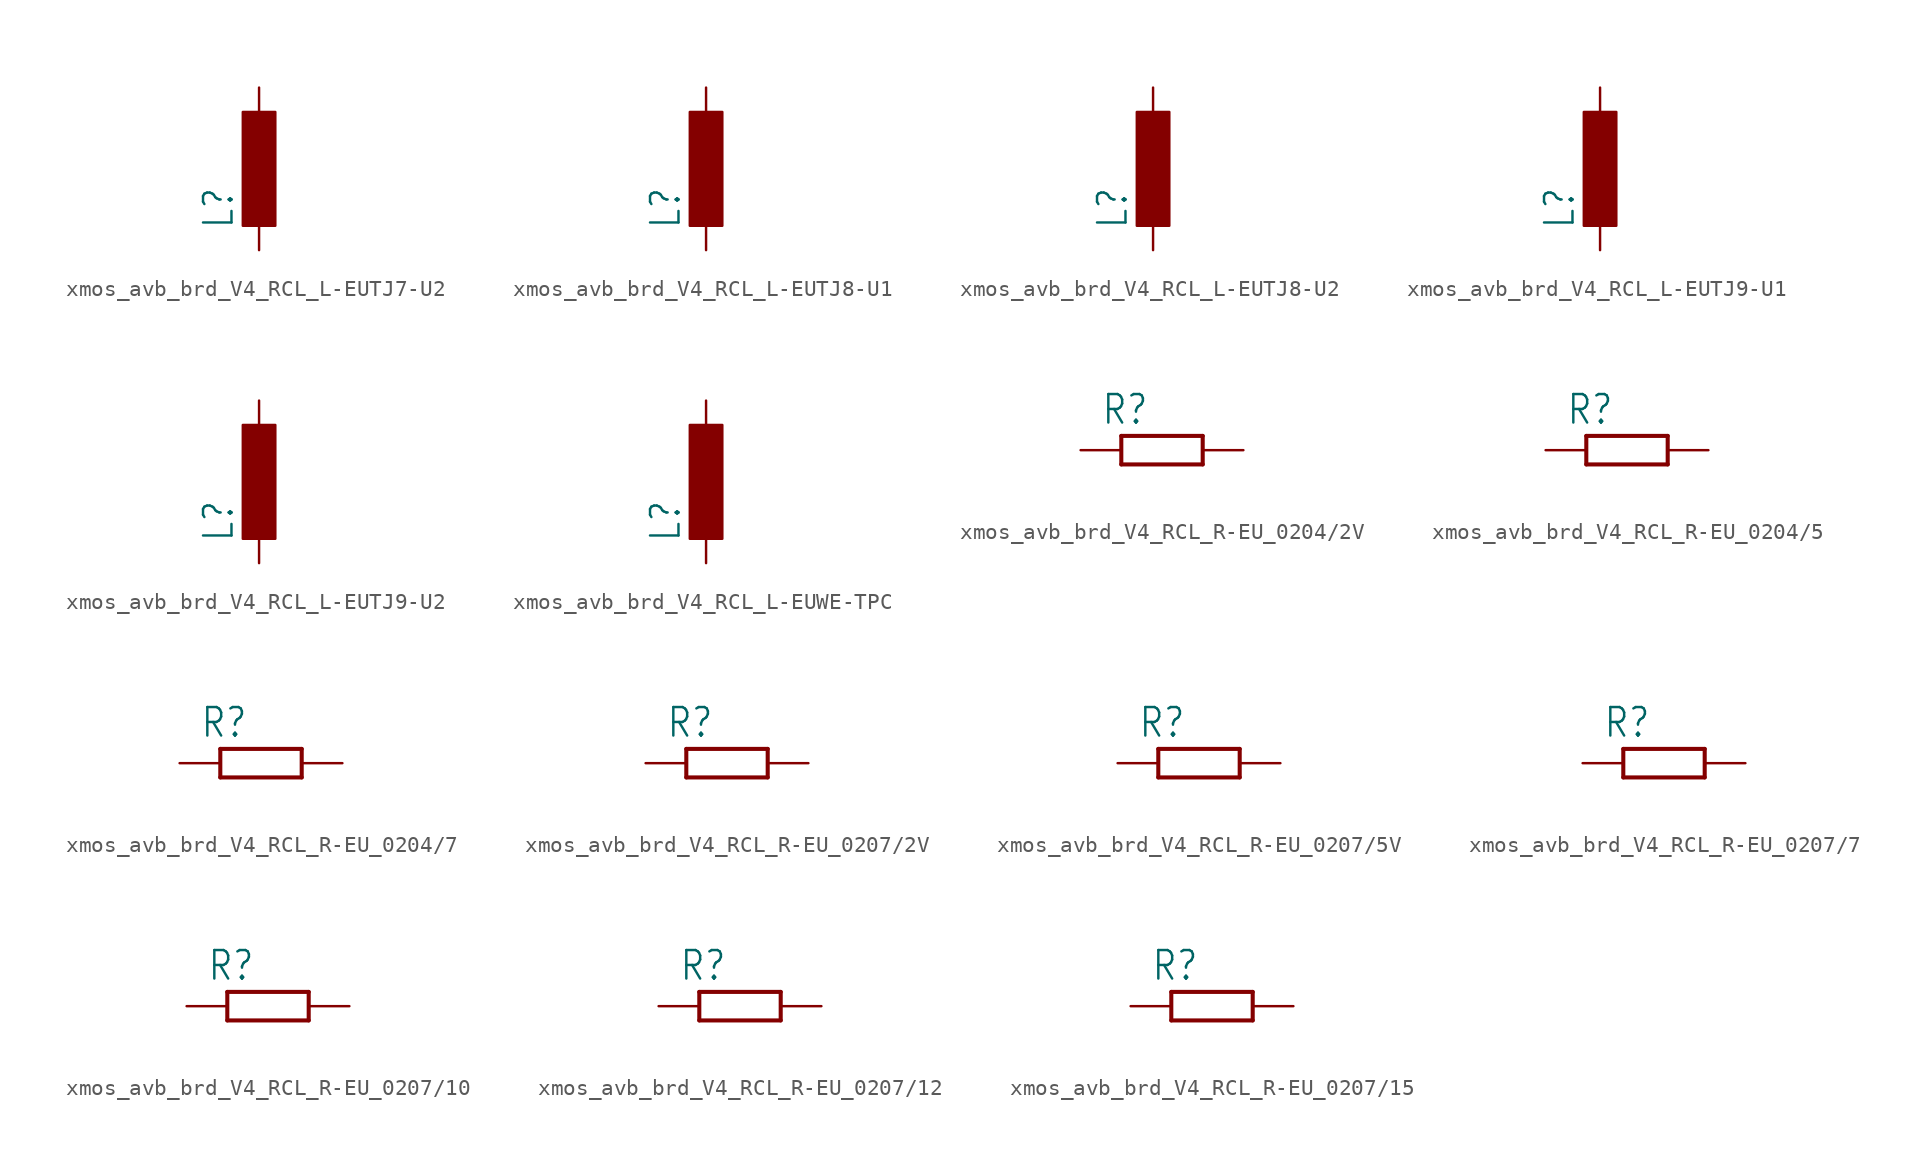
<source format=kicad_sym>
(kicad_symbol_lib
  (version 20241209)
  (generator "kicad_symbol_editor")
  (generator_version "9.0")
  (symbol "xmos_avb_brd_V4_RCL_L-EUTJ7-U2"
    (property "Reference" "L"
      (at -1.499 -3.81 90)
      (effects (font (size 1.778 1.511)) (justify left bottom)))
    (property "Value" ""
      (at 3.302 -3.81 90)
      (effects (font (size 1.778 1.511)) (justify left bottom)))
    (property "ki_locked" ""
      (at 0 0 0)
      (effects (font (size 1.27 1.27))))
    (symbol "xmos_avb_brd_V4_RCL_L-EUTJ7-U2_1_0"
      (rectangle (start -1.016 -3.556) (end 1.016 3.556) (stroke (width 0) (type default)) (fill (type outline)))
      (pin passive line (at 0 5.08 270) (length 2.54) (name "1" (effects (font (size 0 0)))) (number "1" (effects (font (size 0 0)))))
      (pin passive line (at 0 -5.08 90) (length 2.54) (name "2" (effects (font (size 0 0)))) (number "2" (effects (font (size 0 0)))))))
  (symbol "xmos_avb_brd_V4_RCL_L-EUTJ8-U1"
    (property "Reference" "L"
      (at -1.499 -3.81 90)
      (effects (font (size 1.778 1.511)) (justify left bottom)))
    (property "Value" ""
      (at 3.302 -3.81 90)
      (effects (font (size 1.778 1.511)) (justify left bottom)))
    (property "ki_locked" ""
      (at 0 0 0)
      (effects (font (size 1.27 1.27))))
    (symbol "xmos_avb_brd_V4_RCL_L-EUTJ8-U1_1_0"
      (rectangle (start -1.016 -3.556) (end 1.016 3.556) (stroke (width 0) (type default)) (fill (type outline)))
      (pin passive line (at 0 5.08 270) (length 2.54) (name "1" (effects (font (size 0 0)))) (number "1" (effects (font (size 0 0)))))
      (pin passive line (at 0 -5.08 90) (length 2.54) (name "2" (effects (font (size 0 0)))) (number "2" (effects (font (size 0 0)))))))
  (symbol "xmos_avb_brd_V4_RCL_L-EUTJ8-U2"
    (property "Reference" "L"
      (at -1.499 -3.81 90)
      (effects (font (size 1.778 1.511)) (justify left bottom)))
    (property "Value" ""
      (at 3.302 -3.81 90)
      (effects (font (size 1.778 1.511)) (justify left bottom)))
    (property "ki_locked" ""
      (at 0 0 0)
      (effects (font (size 1.27 1.27))))
    (symbol "xmos_avb_brd_V4_RCL_L-EUTJ8-U2_1_0"
      (rectangle (start -1.016 -3.556) (end 1.016 3.556) (stroke (width 0) (type default)) (fill (type outline)))
      (pin passive line (at 0 5.08 270) (length 2.54) (name "1" (effects (font (size 0 0)))) (number "1" (effects (font (size 0 0)))))
      (pin passive line (at 0 -5.08 90) (length 2.54) (name "2" (effects (font (size 0 0)))) (number "2" (effects (font (size 0 0)))))))
  (symbol "xmos_avb_brd_V4_RCL_L-EUTJ9-U1"
    (property "Reference" "L"
      (at -1.499 -3.81 90)
      (effects (font (size 1.778 1.511)) (justify left bottom)))
    (property "Value" ""
      (at 3.302 -3.81 90)
      (effects (font (size 1.778 1.511)) (justify left bottom)))
    (property "ki_locked" ""
      (at 0 0 0)
      (effects (font (size 1.27 1.27))))
    (symbol "xmos_avb_brd_V4_RCL_L-EUTJ9-U1_1_0"
      (rectangle (start -1.016 -3.556) (end 1.016 3.556) (stroke (width 0) (type default)) (fill (type outline)))
      (pin passive line (at 0 5.08 270) (length 2.54) (name "1" (effects (font (size 0 0)))) (number "1" (effects (font (size 0 0)))))
      (pin passive line (at 0 -5.08 90) (length 2.54) (name "2" (effects (font (size 0 0)))) (number "2" (effects (font (size 0 0)))))))
  (symbol "xmos_avb_brd_V4_RCL_L-EUTJ9-U2"
    (property "Reference" "L"
      (at -1.499 -3.81 90)
      (effects (font (size 1.778 1.511)) (justify left bottom)))
    (property "Value" ""
      (at 3.302 -3.81 90)
      (effects (font (size 1.778 1.511)) (justify left bottom)))
    (property "ki_locked" ""
      (at 0 0 0)
      (effects (font (size 1.27 1.27))))
    (symbol "xmos_avb_brd_V4_RCL_L-EUTJ9-U2_1_0"
      (rectangle (start -1.016 -3.556) (end 1.016 3.556) (stroke (width 0) (type default)) (fill (type outline)))
      (pin passive line (at 0 5.08 270) (length 2.54) (name "1" (effects (font (size 0 0)))) (number "1" (effects (font (size 0 0)))))
      (pin passive line (at 0 -5.08 90) (length 2.54) (name "2" (effects (font (size 0 0)))) (number "2" (effects (font (size 0 0)))))))
  (symbol "xmos_avb_brd_V4_RCL_L-EUWE-TPC"
    (property "Reference" "L"
      (at -1.499 -3.81 90)
      (effects (font (size 1.778 1.511)) (justify left bottom)))
    (property "Value" ""
      (at 3.302 -3.81 90)
      (effects (font (size 1.778 1.511)) (justify left bottom)))
    (property "ki_locked" ""
      (at 0 0 0)
      (effects (font (size 1.27 1.27))))
    (symbol "xmos_avb_brd_V4_RCL_L-EUWE-TPC_1_0"
      (rectangle (start -1.016 -3.556) (end 1.016 3.556) (stroke (width 0) (type default)) (fill (type outline)))
      (pin passive line (at 0 5.08 270) (length 2.54) (name "1" (effects (font (size 0 0)))) (number "1" (effects (font (size 0 0)))))
      (pin passive line (at 0 -5.08 90) (length 2.54) (name "2" (effects (font (size 0 0)))) (number "2" (effects (font (size 0 0)))))))
  (symbol "xmos_avb_brd_V4_RCL_R-EU_0204/2V"
    (property "Reference" "R"
      (at -3.81 1.499 0)
      (effects (font (size 1.778 1.511)) (justify left bottom)))
    (property "Value" ""
      (at -3.81 -3.302 0)
      (effects (font (size 1.778 1.511)) (justify left bottom)))
    (property "ki_locked" ""
      (at 0 0 0)
      (effects (font (size 1.27 1.27))))
    (symbol "xmos_avb_brd_V4_RCL_R-EU_0204/2V_1_0"
      (polyline (pts (xy -2.54 -0.889) (xy -2.54 0.889)) (stroke (width 0.254) (type solid)) (fill (type none)))
      (polyline (pts (xy -2.54 -0.889) (xy 2.54 -0.889)) (stroke (width 0.254) (type solid)) (fill (type none)))
      (polyline (pts (xy 2.54 0.889) (xy -2.54 0.889)) (stroke (width 0.254) (type solid)) (fill (type none)))
      (polyline (pts (xy 2.54 -0.889) (xy 2.54 0.889)) (stroke (width 0.254) (type solid)) (fill (type none)))
      (pin passive line (at -5.08 0 0) (length 2.54) (name "1" (effects (font (size 0 0)))) (number "1" (effects (font (size 0 0)))))
      (pin passive line (at 5.08 0 180) (length 2.54) (name "2" (effects (font (size 0 0)))) (number "2" (effects (font (size 0 0)))))))
  (symbol "xmos_avb_brd_V4_RCL_R-EU_0204/5"
    (property "Reference" "R"
      (at -3.81 1.499 0)
      (effects (font (size 1.778 1.511)) (justify left bottom)))
    (property "Value" ""
      (at -3.81 -3.302 0)
      (effects (font (size 1.778 1.511)) (justify left bottom)))
    (property "ki_locked" ""
      (at 0 0 0)
      (effects (font (size 1.27 1.27))))
    (symbol "xmos_avb_brd_V4_RCL_R-EU_0204/5_1_0"
      (polyline (pts (xy -2.54 -0.889) (xy -2.54 0.889)) (stroke (width 0.254) (type solid)) (fill (type none)))
      (polyline (pts (xy -2.54 -0.889) (xy 2.54 -0.889)) (stroke (width 0.254) (type solid)) (fill (type none)))
      (polyline (pts (xy 2.54 0.889) (xy -2.54 0.889)) (stroke (width 0.254) (type solid)) (fill (type none)))
      (polyline (pts (xy 2.54 -0.889) (xy 2.54 0.889)) (stroke (width 0.254) (type solid)) (fill (type none)))
      (pin passive line (at -5.08 0 0) (length 2.54) (name "1" (effects (font (size 0 0)))) (number "1" (effects (font (size 0 0)))))
      (pin passive line (at 5.08 0 180) (length 2.54) (name "2" (effects (font (size 0 0)))) (number "2" (effects (font (size 0 0)))))))
  (symbol "xmos_avb_brd_V4_RCL_R-EU_0204/7"
    (property "Reference" "R"
      (at -3.81 1.499 0)
      (effects (font (size 1.778 1.511)) (justify left bottom)))
    (property "Value" ""
      (at -3.81 -3.302 0)
      (effects (font (size 1.778 1.511)) (justify left bottom)))
    (property "ki_locked" ""
      (at 0 0 0)
      (effects (font (size 1.27 1.27))))
    (symbol "xmos_avb_brd_V4_RCL_R-EU_0204/7_1_0"
      (polyline (pts (xy -2.54 -0.889) (xy -2.54 0.889)) (stroke (width 0.254) (type solid)) (fill (type none)))
      (polyline (pts (xy -2.54 -0.889) (xy 2.54 -0.889)) (stroke (width 0.254) (type solid)) (fill (type none)))
      (polyline (pts (xy 2.54 0.889) (xy -2.54 0.889)) (stroke (width 0.254) (type solid)) (fill (type none)))
      (polyline (pts (xy 2.54 -0.889) (xy 2.54 0.889)) (stroke (width 0.254) (type solid)) (fill (type none)))
      (pin passive line (at -5.08 0 0) (length 2.54) (name "1" (effects (font (size 0 0)))) (number "1" (effects (font (size 0 0)))))
      (pin passive line (at 5.08 0 180) (length 2.54) (name "2" (effects (font (size 0 0)))) (number "2" (effects (font (size 0 0)))))))
  (symbol "xmos_avb_brd_V4_RCL_R-EU_0207/2V"
    (property "Reference" "R"
      (at -3.81 1.499 0)
      (effects (font (size 1.778 1.511)) (justify left bottom)))
    (property "Value" ""
      (at -3.81 -3.302 0)
      (effects (font (size 1.778 1.511)) (justify left bottom)))
    (property "ki_locked" ""
      (at 0 0 0)
      (effects (font (size 1.27 1.27))))
    (symbol "xmos_avb_brd_V4_RCL_R-EU_0207/2V_1_0"
      (polyline (pts (xy -2.54 -0.889) (xy -2.54 0.889)) (stroke (width 0.254) (type solid)) (fill (type none)))
      (polyline (pts (xy -2.54 -0.889) (xy 2.54 -0.889)) (stroke (width 0.254) (type solid)) (fill (type none)))
      (polyline (pts (xy 2.54 0.889) (xy -2.54 0.889)) (stroke (width 0.254) (type solid)) (fill (type none)))
      (polyline (pts (xy 2.54 -0.889) (xy 2.54 0.889)) (stroke (width 0.254) (type solid)) (fill (type none)))
      (pin passive line (at -5.08 0 0) (length 2.54) (name "1" (effects (font (size 0 0)))) (number "1" (effects (font (size 0 0)))))
      (pin passive line (at 5.08 0 180) (length 2.54) (name "2" (effects (font (size 0 0)))) (number "2" (effects (font (size 0 0)))))))
  (symbol "xmos_avb_brd_V4_RCL_R-EU_0207/5V"
    (property "Reference" "R"
      (at -3.81 1.499 0)
      (effects (font (size 1.778 1.511)) (justify left bottom)))
    (property "Value" ""
      (at -3.81 -3.302 0)
      (effects (font (size 1.778 1.511)) (justify left bottom)))
    (property "ki_locked" ""
      (at 0 0 0)
      (effects (font (size 1.27 1.27))))
    (symbol "xmos_avb_brd_V4_RCL_R-EU_0207/5V_1_0"
      (polyline (pts (xy -2.54 -0.889) (xy -2.54 0.889)) (stroke (width 0.254) (type solid)) (fill (type none)))
      (polyline (pts (xy -2.54 -0.889) (xy 2.54 -0.889)) (stroke (width 0.254) (type solid)) (fill (type none)))
      (polyline (pts (xy 2.54 0.889) (xy -2.54 0.889)) (stroke (width 0.254) (type solid)) (fill (type none)))
      (polyline (pts (xy 2.54 -0.889) (xy 2.54 0.889)) (stroke (width 0.254) (type solid)) (fill (type none)))
      (pin passive line (at -5.08 0 0) (length 2.54) (name "1" (effects (font (size 0 0)))) (number "1" (effects (font (size 0 0)))))
      (pin passive line (at 5.08 0 180) (length 2.54) (name "2" (effects (font (size 0 0)))) (number "2" (effects (font (size 0 0)))))))
  (symbol "xmos_avb_brd_V4_RCL_R-EU_0207/7"
    (property "Reference" "R"
      (at -3.81 1.499 0)
      (effects (font (size 1.778 1.511)) (justify left bottom)))
    (property "Value" ""
      (at -3.81 -3.302 0)
      (effects (font (size 1.778 1.511)) (justify left bottom)))
    (property "ki_locked" ""
      (at 0 0 0)
      (effects (font (size 1.27 1.27))))
    (symbol "xmos_avb_brd_V4_RCL_R-EU_0207/7_1_0"
      (polyline (pts (xy -2.54 -0.889) (xy -2.54 0.889)) (stroke (width 0.254) (type solid)) (fill (type none)))
      (polyline (pts (xy -2.54 -0.889) (xy 2.54 -0.889)) (stroke (width 0.254) (type solid)) (fill (type none)))
      (polyline (pts (xy 2.54 0.889) (xy -2.54 0.889)) (stroke (width 0.254) (type solid)) (fill (type none)))
      (polyline (pts (xy 2.54 -0.889) (xy 2.54 0.889)) (stroke (width 0.254) (type solid)) (fill (type none)))
      (pin passive line (at -5.08 0 0) (length 2.54) (name "1" (effects (font (size 0 0)))) (number "1" (effects (font (size 0 0)))))
      (pin passive line (at 5.08 0 180) (length 2.54) (name "2" (effects (font (size 0 0)))) (number "2" (effects (font (size 0 0)))))))
  (symbol "xmos_avb_brd_V4_RCL_R-EU_0207/10"
    (property "Reference" "R"
      (at -3.81 1.499 0)
      (effects (font (size 1.778 1.511)) (justify left bottom)))
    (property "Value" ""
      (at -3.81 -3.302 0)
      (effects (font (size 1.778 1.511)) (justify left bottom)))
    (property "ki_locked" ""
      (at 0 0 0)
      (effects (font (size 1.27 1.27))))
    (symbol "xmos_avb_brd_V4_RCL_R-EU_0207/10_1_0"
      (polyline (pts (xy -2.54 -0.889) (xy -2.54 0.889)) (stroke (width 0.254) (type solid)) (fill (type none)))
      (polyline (pts (xy -2.54 -0.889) (xy 2.54 -0.889)) (stroke (width 0.254) (type solid)) (fill (type none)))
      (polyline (pts (xy 2.54 0.889) (xy -2.54 0.889)) (stroke (width 0.254) (type solid)) (fill (type none)))
      (polyline (pts (xy 2.54 -0.889) (xy 2.54 0.889)) (stroke (width 0.254) (type solid)) (fill (type none)))
      (pin passive line (at -5.08 0 0) (length 2.54) (name "1" (effects (font (size 0 0)))) (number "1" (effects (font (size 0 0)))))
      (pin passive line (at 5.08 0 180) (length 2.54) (name "2" (effects (font (size 0 0)))) (number "2" (effects (font (size 0 0)))))))
  (symbol "xmos_avb_brd_V4_RCL_R-EU_0207/12"
    (property "Reference" "R"
      (at -3.81 1.499 0)
      (effects (font (size 1.778 1.511)) (justify left bottom)))
    (property "Value" ""
      (at -3.81 -3.302 0)
      (effects (font (size 1.778 1.511)) (justify left bottom)))
    (property "ki_locked" ""
      (at 0 0 0)
      (effects (font (size 1.27 1.27))))
    (symbol "xmos_avb_brd_V4_RCL_R-EU_0207/12_1_0"
      (polyline (pts (xy -2.54 -0.889) (xy -2.54 0.889)) (stroke (width 0.254) (type solid)) (fill (type none)))
      (polyline (pts (xy -2.54 -0.889) (xy 2.54 -0.889)) (stroke (width 0.254) (type solid)) (fill (type none)))
      (polyline (pts (xy 2.54 0.889) (xy -2.54 0.889)) (stroke (width 0.254) (type solid)) (fill (type none)))
      (polyline (pts (xy 2.54 -0.889) (xy 2.54 0.889)) (stroke (width 0.254) (type solid)) (fill (type none)))
      (pin passive line (at -5.08 0 0) (length 2.54) (name "1" (effects (font (size 0 0)))) (number "1" (effects (font (size 0 0)))))
      (pin passive line (at 5.08 0 180) (length 2.54) (name "2" (effects (font (size 0 0)))) (number "2" (effects (font (size 0 0)))))))
  (symbol "xmos_avb_brd_V4_RCL_R-EU_0207/15"
    (property "Reference" "R"
      (at -3.81 1.499 0)
      (effects (font (size 1.778 1.511)) (justify left bottom)))
    (property "Value" ""
      (at -3.81 -3.302 0)
      (effects (font (size 1.778 1.511)) (justify left bottom)))
    (property "ki_locked" ""
      (at 0 0 0)
      (effects (font (size 1.27 1.27))))
    (symbol "xmos_avb_brd_V4_RCL_R-EU_0207/15_1_0"
      (polyline (pts (xy -2.54 -0.889) (xy -2.54 0.889)) (stroke (width 0.254) (type solid)) (fill (type none)))
      (polyline (pts (xy -2.54 -0.889) (xy 2.54 -0.889)) (stroke (width 0.254) (type solid)) (fill (type none)))
      (polyline (pts (xy 2.54 0.889) (xy -2.54 0.889)) (stroke (width 0.254) (type solid)) (fill (type none)))
      (polyline (pts (xy 2.54 -0.889) (xy 2.54 0.889)) (stroke (width 0.254) (type solid)) (fill (type none)))
      (pin passive line (at -5.08 0 0) (length 2.54) (name "1" (effects (font (size 0 0)))) (number "1" (effects (font (size 0 0)))))
      (pin passive line (at 5.08 0 180) (length 2.54) (name "2" (effects (font (size 0 0)))) (number "2" (effects (font (size 0 0))))))))
</source>
